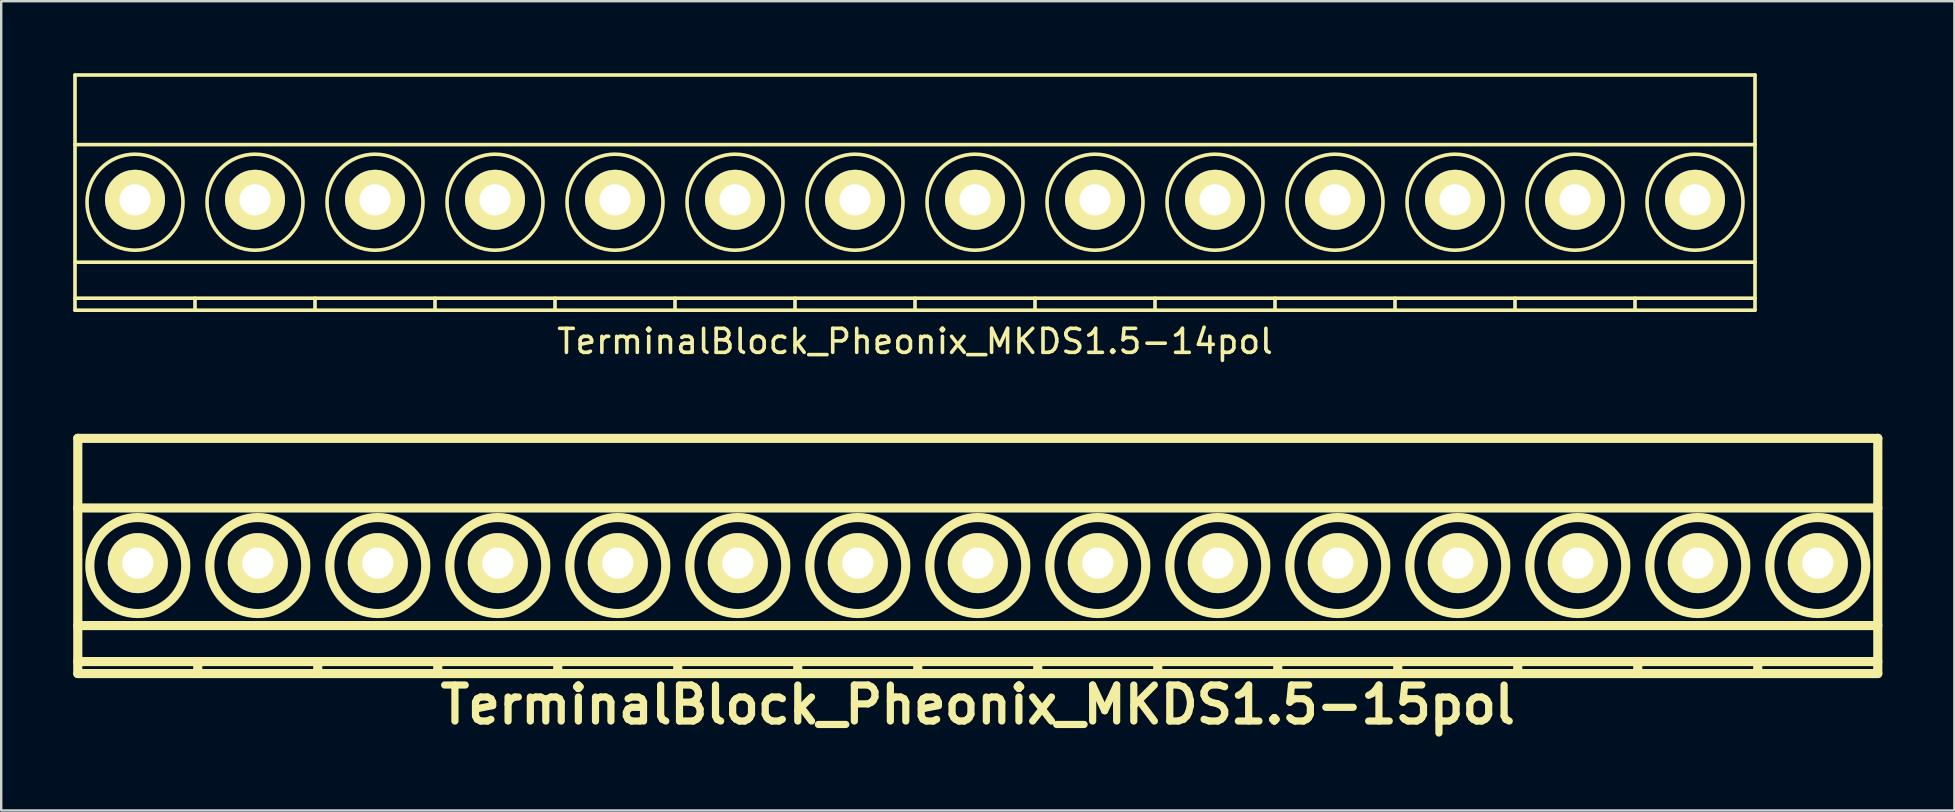
<source format=kicad_pcb>
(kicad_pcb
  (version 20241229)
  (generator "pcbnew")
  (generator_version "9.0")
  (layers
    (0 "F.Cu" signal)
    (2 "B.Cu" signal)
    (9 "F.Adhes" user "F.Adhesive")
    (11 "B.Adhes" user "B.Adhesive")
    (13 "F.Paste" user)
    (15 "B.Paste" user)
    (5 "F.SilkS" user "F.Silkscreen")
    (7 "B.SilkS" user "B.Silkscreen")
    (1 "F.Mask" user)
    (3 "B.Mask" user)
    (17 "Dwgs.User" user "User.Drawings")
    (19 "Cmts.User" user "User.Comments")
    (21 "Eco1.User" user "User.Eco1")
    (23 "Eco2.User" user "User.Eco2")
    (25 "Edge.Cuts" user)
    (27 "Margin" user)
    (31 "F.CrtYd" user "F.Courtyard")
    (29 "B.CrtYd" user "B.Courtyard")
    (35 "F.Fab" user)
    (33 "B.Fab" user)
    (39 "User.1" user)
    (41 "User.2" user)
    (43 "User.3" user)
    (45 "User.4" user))
  (footprint "TerminalBlock_Pheonix_MKDS1.5-15pol"
    (layer "F.Cu")
    (at 37.691 20.414)
    (property "Reference" "TerminalBlock_Pheonix_MKDS1.5-15pol" (at 0 5.9 0) (layer "F.SilkS") (effects (font (size 1.5 1.5) (thickness 0.3))))
    (attr through_hole)
    (fp_line (start -37.5 -5.2) (end -37.5 4.6) (stroke (width 0.381) (type solid)) (layer "F.SilkS"))
    (fp_line (start -37.5 -2.3) (end 37.5 -2.3) (stroke (width 0.381) (type solid)) (layer "F.SilkS"))
    (fp_line (start -37.5 2.6) (end 37.5 2.6) (stroke (width 0.381) (type solid)) (layer "F.SilkS"))
    (fp_line (start -37.5 4.1) (end 37.5 4.1) (stroke (width 0.381) (type solid)) (layer "F.SilkS"))
    (fp_line (start -37.5 4.6) (end 37.5 4.6) (stroke (width 0.381) (type solid)) (layer "F.SilkS"))
    (fp_line (start -32.5 4.1) (end -32.5 4.6) (stroke (width 0.381) (type solid)) (layer "F.SilkS"))
    (fp_line (start -27.5 4.1) (end -27.5 4.6) (stroke (width 0.381) (type solid)) (layer "F.SilkS"))
    (fp_line (start -22.5 4.1) (end -22.5 4.6) (stroke (width 0.381) (type solid)) (layer "F.SilkS"))
    (fp_line (start -17.5 4.1) (end -17.5 4.6) (stroke (width 0.381) (type solid)) (layer "F.SilkS"))
    (fp_line (start -12.5 4.1) (end -12.5 4.6) (stroke (width 0.381) (type solid)) (layer "F.SilkS"))
    (fp_line (start -7.5 4.1) (end -7.5 4.6) (stroke (width 0.381) (type solid)) (layer "F.SilkS"))
    (fp_line (start -2.5 4.1) (end -2.5 4.6) (stroke (width 0.381) (type solid)) (layer "F.SilkS"))
    (fp_line (start 2.5 4.1) (end 2.5 4.6) (stroke (width 0.381) (type solid)) (layer "F.SilkS"))
    (fp_line (start 7.5 4.1) (end 7.5 4.6) (stroke (width 0.381) (type solid)) (layer "F.SilkS"))
    (fp_line (start 12.5 4.1) (end 12.5 4.6) (stroke (width 0.381) (type solid)) (layer "F.SilkS"))
    (fp_line (start 17.5 4.1) (end 17.5 4.6) (stroke (width 0.381) (type solid)) (layer "F.SilkS"))
    (fp_line (start 22.5 4.1) (end 22.5 4.6) (stroke (width 0.381) (type solid)) (layer "F.SilkS"))
    (fp_line (start 27.5 4.1) (end 27.5 4.6) (stroke (width 0.381) (type solid)) (layer "F.SilkS"))
    (fp_line (start 32.5 4.1) (end 32.5 4.6) (stroke (width 0.381) (type solid)) (layer "F.SilkS"))
    (fp_line (start 37.5 -5.2) (end -37.5 -5.2) (stroke (width 0.381) (type solid)) (layer "F.SilkS"))
    (fp_line (start 37.5 4.6) (end 37.5 -5.2) (stroke (width 0.381) (type solid)) (layer "F.SilkS"))
    (fp_circle (center -35 0.1) (end -33 0.1) (stroke (width 0.381) (type solid)) (fill no) (layer "F.SilkS"))
    (fp_circle (center -30 0.1) (end -32 0.1) (stroke (width 0.381) (type solid)) (fill no) (layer "F.SilkS"))
    (fp_circle (center -25 0.1) (end -27 0.1) (stroke (width 0.381) (type solid)) (fill no) (layer "F.SilkS"))
    (fp_circle (center -20 0.1) (end -22 0.1) (stroke (width 0.381) (type solid)) (fill no) (layer "F.SilkS"))
    (fp_circle (center -15 0.1) (end -17 0.1) (stroke (width 0.381) (type solid)) (fill no) (layer "F.SilkS"))
    (fp_circle (center -10 0.1) (end -12 0.1) (stroke (width 0.381) (type solid)) (fill no) (layer "F.SilkS"))
    (fp_circle (center -5 0.1) (end -7 0.1) (stroke (width 0.381) (type solid)) (fill no) (layer "F.SilkS"))
    (fp_circle (center 0 0.1) (end -2 0.1) (stroke (width 0.381) (type solid)) (fill no) (layer "F.SilkS"))
    (fp_circle (center 5 0.1) (end 3 0.1) (stroke (width 0.381) (type solid)) (fill no) (layer "F.SilkS"))
    (fp_circle (center 10 0.1) (end 8 0.1) (stroke (width 0.381) (type solid)) (fill no) (layer "F.SilkS"))
    (fp_circle (center 15 0.1) (end 13 0.1) (stroke (width 0.381) (type solid)) (fill no) (layer "F.SilkS"))
    (fp_circle (center 20 0.1) (end 18 0.1) (stroke (width 0.381) (type solid)) (fill no) (layer "F.SilkS"))
    (fp_circle (center 25 0.1) (end 23 0.1) (stroke (width 0.381) (type solid)) (fill no) (layer "F.SilkS"))
    (fp_circle (center 30 0.1) (end 28 0.1) (stroke (width 0.381) (type solid)) (fill no) (layer "F.SilkS"))
    (fp_circle (center 35 0.1) (end 33 0.1) (stroke (width 0.381) (type solid)) (fill no) (layer "F.SilkS"))
    (pad "1" thru_hole circle (at -35 0) (size 2.5 2.5) (drill 1.3) (layers "*.Cu" "*.Mask" "F.SilkS"))
    (pad "2" thru_hole circle (at -30 0) (size 2.5 2.5) (drill 1.3) (layers "*.Cu" "*.Mask" "F.SilkS"))
    (pad "3" thru_hole circle (at -25 0) (size 2.5 2.5) (drill 1.3) (layers "*.Cu" "*.Mask" "F.SilkS"))
    (pad "4" thru_hole circle (at -20 0) (size 2.5 2.5) (drill 1.3) (layers "*.Cu" "*.Mask" "F.SilkS"))
    (pad "5" thru_hole circle (at -15 0) (size 2.5 2.5) (drill 1.3) (layers "*.Cu" "*.Mask" "F.SilkS"))
    (pad "6" thru_hole circle (at -10 0) (size 2.5 2.5) (drill 1.3) (layers "*.Cu" "*.Mask" "F.SilkS"))
    (pad "7" thru_hole circle (at -5 0) (size 2.5 2.5) (drill 1.3) (layers "*.Cu" "*.Mask" "F.SilkS"))
    (pad "8" thru_hole circle (at 0 0) (size 2.5 2.5) (drill 1.3) (layers "*.Cu" "*.Mask" "F.SilkS"))
    (pad "9" thru_hole circle (at 5 0) (size 2.5 2.5) (drill 1.3) (layers "*.Cu" "*.Mask" "F.SilkS"))
    (pad "10" thru_hole circle (at 10 0) (size 2.5 2.5) (drill 1.3) (layers "*.Cu" "*.Mask" "F.SilkS"))
    (pad "11" thru_hole circle (at 15 0) (size 2.5 2.5) (drill 1.3) (layers "*.Cu" "*.Mask" "F.SilkS"))
    (pad "12" thru_hole circle (at 20 0) (size 2.5 2.5) (drill 1.3) (layers "*.Cu" "*.Mask" "F.SilkS"))
    (pad "13" thru_hole circle (at 25 0) (size 2.5 2.5) (drill 1.3) (layers "*.Cu" "*.Mask" "F.SilkS"))
    (pad "14" thru_hole circle (at 30 0) (size 2.5 2.5) (drill 1.3) (layers "*.Cu" "*.Mask" "F.SilkS"))
    (pad "15" thru_hole circle (at 35 0) (size 2.5 2.5) (drill 1.3) (layers "*.Cu" "*.Mask" "F.SilkS")))
  (footprint "TerminalBlock_Pheonix_MKDS1.5-14pol"
    (layer "F.Cu")
    (at 35.075 5.275)
    (property "Reference" "TerminalBlock_Pheonix_MKDS1.5-14pol" (at 0 5.9 0) (layer "F.SilkS") (effects (font (size 1 1) (thickness 0.15))))
    (attr through_hole)
    (fp_line (start -35 -5.2) (end -35 4.6) (stroke (width 0.15) (type solid)) (layer "F.SilkS"))
    (fp_line (start -35 -2.3) (end 35 -2.3) (stroke (width 0.15) (type solid)) (layer "F.SilkS"))
    (fp_line (start -35 2.6) (end 35 2.6) (stroke (width 0.15) (type solid)) (layer "F.SilkS"))
    (fp_line (start -35 4.1) (end 35 4.1) (stroke (width 0.15) (type solid)) (layer "F.SilkS"))
    (fp_line (start -35 4.6) (end 35 4.6) (stroke (width 0.15) (type solid)) (layer "F.SilkS"))
    (fp_line (start -30 4.1) (end -30 4.6) (stroke (width 0.15) (type solid)) (layer "F.SilkS"))
    (fp_line (start -25 4.1) (end -25 4.6) (stroke (width 0.15) (type solid)) (layer "F.SilkS"))
    (fp_line (start -20 4.1) (end -20 4.6) (stroke (width 0.15) (type solid)) (layer "F.SilkS"))
    (fp_line (start -15 4.1) (end -15 4.6) (stroke (width 0.15) (type solid)) (layer "F.SilkS"))
    (fp_line (start -10 4.1) (end -10 4.6) (stroke (width 0.15) (type solid)) (layer "F.SilkS"))
    (fp_line (start -5 4.1) (end -5 4.6) (stroke (width 0.15) (type solid)) (layer "F.SilkS"))
    (fp_line (start 0 4.1) (end 0 4.6) (stroke (width 0.15) (type solid)) (layer "F.SilkS"))
    (fp_line (start 5 4.1) (end 5 4.6) (stroke (width 0.15) (type solid)) (layer "F.SilkS"))
    (fp_line (start 10 4.1) (end 10 4.6) (stroke (width 0.15) (type solid)) (layer "F.SilkS"))
    (fp_line (start 15 4.1) (end 15 4.6) (stroke (width 0.15) (type solid)) (layer "F.SilkS"))
    (fp_line (start 20 4.1) (end 20 4.6) (stroke (width 0.15) (type solid)) (layer "F.SilkS"))
    (fp_line (start 25 4.1) (end 25 4.6) (stroke (width 0.15) (type solid)) (layer "F.SilkS"))
    (fp_line (start 30 4.1) (end 30 4.6) (stroke (width 0.15) (type solid)) (layer "F.SilkS"))
    (fp_line (start 35 -5.2) (end -35 -5.2) (stroke (width 0.15) (type solid)) (layer "F.SilkS"))
    (fp_line (start 35 4.6) (end 35 -5.2) (stroke (width 0.15) (type solid)) (layer "F.SilkS"))
    (fp_circle (center -32.5 0.1) (end -30.5 0.1) (stroke (width 0.15) (type solid)) (fill no) (layer "F.SilkS"))
    (fp_circle (center -27.5 0.1) (end -29.5 0.1) (stroke (width 0.15) (type solid)) (fill no) (layer "F.SilkS"))
    (fp_circle (center -22.5 0.1) (end -24.5 0.1) (stroke (width 0.15) (type solid)) (fill no) (layer "F.SilkS"))
    (fp_circle (center -17.5 0.1) (end -19.5 0.1) (stroke (width 0.15) (type solid)) (fill no) (layer "F.SilkS"))
    (fp_circle (center -12.5 0.1) (end -14.5 0.1) (stroke (width 0.15) (type solid)) (fill no) (layer "F.SilkS"))
    (fp_circle (center -7.5 0.1) (end -9.5 0.1) (stroke (width 0.15) (type solid)) (fill no) (layer "F.SilkS"))
    (fp_circle (center -2.5 0.1) (end -4.5 0.1) (stroke (width 0.15) (type solid)) (fill no) (layer "F.SilkS"))
    (fp_circle (center 2.5 0.1) (end 0.5 0.1) (stroke (width 0.15) (type solid)) (fill no) (layer "F.SilkS"))
    (fp_circle (center 7.5 0.1) (end 5.5 0.1) (stroke (width 0.15) (type solid)) (fill no) (layer "F.SilkS"))
    (fp_circle (center 12.5 0.1) (end 10.5 0.1) (stroke (width 0.15) (type solid)) (fill no) (layer "F.SilkS"))
    (fp_circle (center 17.5 0.1) (end 15.5 0.1) (stroke (width 0.15) (type solid)) (fill no) (layer "F.SilkS"))
    (fp_circle (center 22.5 0.1) (end 20.5 0.1) (stroke (width 0.15) (type solid)) (fill no) (layer "F.SilkS"))
    (fp_circle (center 27.5 0.1) (end 25.5 0.1) (stroke (width 0.15) (type solid)) (fill no) (layer "F.SilkS"))
    (fp_circle (center 32.5 0.1) (end 30.5 0.1) (stroke (width 0.15) (type solid)) (fill no) (layer "F.SilkS"))
    (pad "1" thru_hole circle (at -32.5 0) (size 2.5 2.5) (drill 1.3) (layers "*.Cu" "*.Mask" "F.SilkS"))
    (pad "2" thru_hole circle (at -27.5 0) (size 2.5 2.5) (drill 1.3) (layers "*.Cu" "*.Mask" "F.SilkS"))
    (pad "3" thru_hole circle (at -22.5 0) (size 2.5 2.5) (drill 1.3) (layers "*.Cu" "*.Mask" "F.SilkS"))
    (pad "4" thru_hole circle (at -17.5 0) (size 2.5 2.5) (drill 1.3) (layers "*.Cu" "*.Mask" "F.SilkS"))
    (pad "5" thru_hole circle (at -12.5 0) (size 2.5 2.5) (drill 1.3) (layers "*.Cu" "*.Mask" "F.SilkS"))
    (pad "6" thru_hole circle (at -7.5 0) (size 2.5 2.5) (drill 1.3) (layers "*.Cu" "*.Mask" "F.SilkS"))
    (pad "7" thru_hole circle (at -2.5 0) (size 2.5 2.5) (drill 1.3) (layers "*.Cu" "*.Mask" "F.SilkS"))
    (pad "8" thru_hole circle (at 2.5 0) (size 2.5 2.5) (drill 1.3) (layers "*.Cu" "*.Mask" "F.SilkS"))
    (pad "9" thru_hole circle (at 7.5 0) (size 2.5 2.5) (drill 1.3) (layers "*.Cu" "*.Mask" "F.SilkS"))
    (pad "10" thru_hole circle (at 12.5 0) (size 2.5 2.5) (drill 1.3) (layers "*.Cu" "*.Mask" "F.SilkS"))
    (pad "11" thru_hole circle (at 17.5 0) (size 2.5 2.5) (drill 1.3) (layers "*.Cu" "*.Mask" "F.SilkS"))
    (pad "12" thru_hole circle (at 22.5 0) (size 2.5 2.5) (drill 1.3) (layers "*.Cu" "*.Mask" "F.SilkS"))
    (pad "13" thru_hole circle (at 27.5 0) (size 2.5 2.5) (drill 1.3) (layers "*.Cu" "*.Mask" "F.SilkS"))
    (pad "14" thru_hole circle (at 32.5 0) (size 2.5 2.5) (drill 1.3) (layers "*.Cu" "*.Mask" "F.SilkS")))
  (gr_rect
    (start -3 -3)
    (end 78.381 30.718)
    (stroke (width 0.1) (type default))
    (fill no)
    (layer "Edge.Cuts")))
</source>
